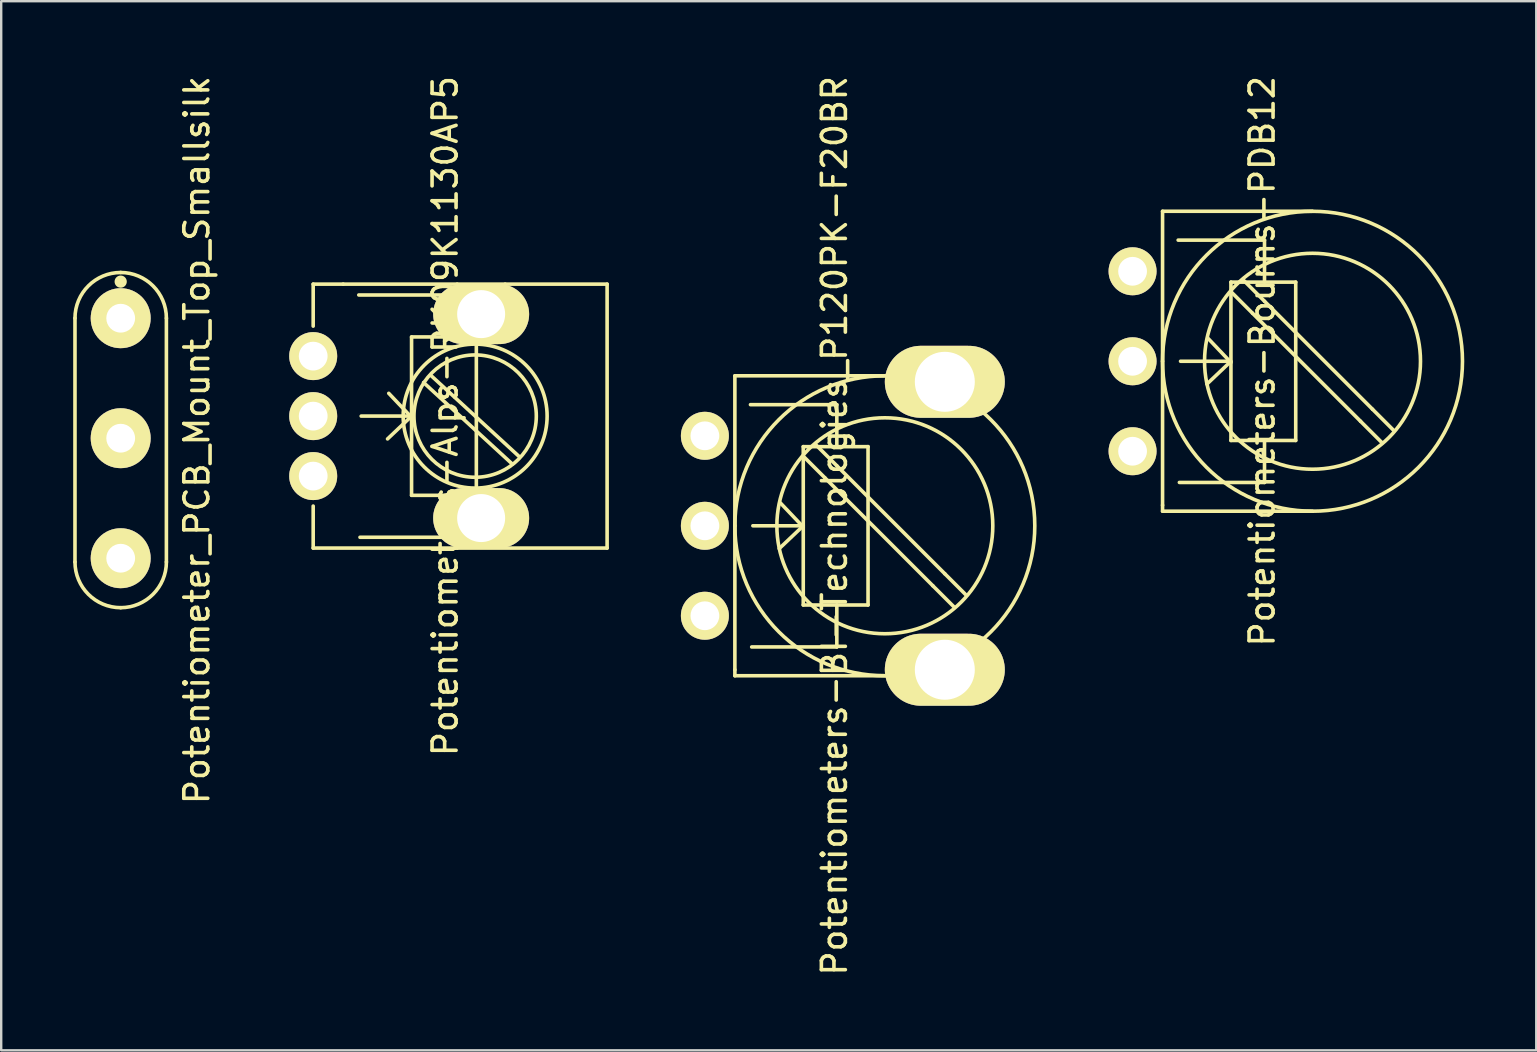
<source format=kicad_pcb>
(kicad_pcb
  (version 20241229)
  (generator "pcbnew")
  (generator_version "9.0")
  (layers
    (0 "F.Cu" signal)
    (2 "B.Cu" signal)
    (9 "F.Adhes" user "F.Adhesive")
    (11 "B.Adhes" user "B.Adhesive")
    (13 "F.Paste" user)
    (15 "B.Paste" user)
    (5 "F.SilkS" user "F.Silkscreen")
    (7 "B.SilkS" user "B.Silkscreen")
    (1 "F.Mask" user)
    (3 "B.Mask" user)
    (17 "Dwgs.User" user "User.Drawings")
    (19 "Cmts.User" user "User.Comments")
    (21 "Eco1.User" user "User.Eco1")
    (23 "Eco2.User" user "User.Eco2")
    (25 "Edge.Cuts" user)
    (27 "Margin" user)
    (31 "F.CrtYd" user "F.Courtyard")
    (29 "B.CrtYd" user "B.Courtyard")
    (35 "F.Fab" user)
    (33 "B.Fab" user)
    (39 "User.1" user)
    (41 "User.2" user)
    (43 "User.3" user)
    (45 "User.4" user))
  (footprint "Potentiometers-BI-Technologies_P120PK-F20BR"
    (layer "F.Cu")
    (at 26.328 16.363)
    (property "Reference" "Potentiometers-BI-Technologies_P120PK-F20BR" (at 5.4 2.5 90) (layer "F.SilkS") (effects (font (size 1 1) (thickness 0.15))))
    (attr through_hole)
    (fp_line (start 1.25 -3.75) (end 7.5 -3.75) (stroke (width 0.15) (type solid)) (layer "F.SilkS"))
    (fp_line (start 1.25 2.5) (end 1.25 -3.75) (stroke (width 0.15) (type solid)) (layer "F.SilkS"))
    (fp_line (start 1.25 2.5) (end 1.25 8.5) (stroke (width 0.15) (type solid)) (layer "F.SilkS"))
    (fp_line (start 1.25 8.5) (end 1.25 8.75) (stroke (width 0.15) (type solid)) (layer "F.SilkS"))
    (fp_line (start 2 2.5) (end 4 2.5) (stroke (width 0.15) (type solid)) (layer "F.SilkS"))
    (fp_line (start 4.1 -0.798) (end 6.8 -0.798) (stroke (width 0.15) (type solid)) (layer "F.SilkS"))
    (fp_line (start 4.1 2.501) (end 3.099 3.451) (stroke (width 0.15) (type solid)) (layer "F.SilkS"))
    (fp_line (start 4.1 2.552) (end 3.15 1.551) (stroke (width 0.15) (type solid)) (layer "F.SilkS"))
    (fp_line (start 4.1 5.801) (end 4.1 -0.798) (stroke (width 0.15) (type solid)) (layer "F.SilkS"))
    (fp_line (start 5 0.5) (end 4.1 -0.4) (stroke (width 0.15) (type solid)) (layer "F.SilkS"))
    (fp_line (start 5 0.5) (end 9.5 5) (stroke (width 0.15) (type solid)) (layer "F.SilkS"))
    (fp_line (start 5.499 -2.548) (end 1.9 -2.548) (stroke (width 0.15) (type solid)) (layer "F.SilkS"))
    (fp_line (start 5.499 -0.798) (end 5.499 -2.548) (stroke (width 0.15) (type solid)) (layer "F.SilkS"))
    (fp_line (start 5.499 5.801) (end 5.499 7.551) (stroke (width 0.15) (type solid)) (layer "F.SilkS"))
    (fp_line (start 5.499 7.551) (end 1.951 7.551) (stroke (width 0.15) (type solid)) (layer "F.SilkS"))
    (fp_line (start 5.5 0) (end 4.6 -0.9) (stroke (width 0.15) (type solid)) (layer "F.SilkS"))
    (fp_line (start 6.8 -0.798) (end 6.8 5.801) (stroke (width 0.15) (type solid)) (layer "F.SilkS"))
    (fp_line (start 6.8 5.801) (end 4.1 5.801) (stroke (width 0.15) (type solid)) (layer "F.SilkS"))
    (fp_line (start 7.5 8.75) (end 1.25 8.75) (stroke (width 0.15) (type solid)) (layer "F.SilkS"))
    (fp_line (start 9.5 5) (end 10.4 5.9) (stroke (width 0.15) (type solid)) (layer "F.SilkS"))
    (fp_line (start 10 4.5) (end 5.5 0) (stroke (width 0.15) (type solid)) (layer "F.SilkS"))
    (fp_line (start 10 4.5) (end 10.9 5.4) (stroke (width 0.15) (type solid)) (layer "F.SilkS"))
    (fp_circle (center 7.5 2.5) (end 7.5 -3.75) (stroke (width 0.15) (type solid)) (fill no) (layer "F.SilkS"))
    (fp_circle (center 7.5 2.5) (end 7.5 -2) (stroke (width 0.15) (type solid)) (fill no) (layer "F.SilkS"))
    (pad "1" thru_hole circle (at 0 -1.25) (size 2 2) (drill 1.199) (layers "*.Cu" "*.Mask" "F.SilkS"))
    (pad "2" thru_hole circle (at 0 2.501) (size 2 2) (drill 1.2) (layers "*.Cu" "*.Mask" "F.SilkS"))
    (pad "3" thru_hole circle (at 0 6.25) (size 2 2) (drill 1.199) (layers "*.Cu" "*.Mask" "F.SilkS"))
    (pad "4" thru_hole oval (at 10 -3.5) (size 5 3) (drill 2.5) (layers "*.Cu" "*.Mask" "F.SilkS"))
    (pad "5" thru_hole oval (at 10 8.5) (size 5 3) (drill 2.5) (layers "*.Cu" "*.Mask" "F.SilkS")))
  (footprint "Potentiometers-Alps-RK09K1130AP5"
    (layer "F.Cu")
    (at 10.003 11.792)
    (property "Reference" "Potentiometers-Alps-RK09K1130AP5" (at 5.5 2.5 90) (layer "F.SilkS") (effects (font (size 1 1) (thickness 0.15))))
    (attr through_hole)
    (fp_line (start 0 -3) (end 1.25 -3) (stroke (width 0.15) (type solid)) (layer "F.SilkS"))
    (fp_line (start 0 -1.25) (end 0 -3) (stroke (width 0.15) (type solid)) (layer "F.SilkS"))
    (fp_line (start 0 6.25) (end 0 8) (stroke (width 0.15) (type solid)) (layer "F.SilkS"))
    (fp_line (start 0 8) (end 6 8) (stroke (width 0.15) (type solid)) (layer "F.SilkS"))
    (fp_line (start 1.25 -3) (end 6 -3) (stroke (width 0.15) (type solid)) (layer "F.SilkS"))
    (fp_line (start 2 2.5) (end 4 2.5) (stroke (width 0.15) (type solid)) (layer "F.SilkS"))
    (fp_line (start 4.1 -0.798) (end 6.8 -0.798) (stroke (width 0.15) (type solid)) (layer "F.SilkS"))
    (fp_line (start 4.1 2.501) (end 3.099 3.451) (stroke (width 0.15) (type solid)) (layer "F.SilkS"))
    (fp_line (start 4.1 2.552) (end 3.15 1.551) (stroke (width 0.15) (type solid)) (layer "F.SilkS"))
    (fp_line (start 4.1 5.801) (end 4.1 -0.798) (stroke (width 0.15) (type solid)) (layer "F.SilkS"))
    (fp_line (start 4.6 1.1) (end 8.3 4.5) (stroke (width 0.15) (type solid)) (layer "F.SilkS"))
    (fp_line (start 5.499 -2.548) (end 1.9 -2.548) (stroke (width 0.15) (type solid)) (layer "F.SilkS"))
    (fp_line (start 5.499 -0.798) (end 5.499 -2.548) (stroke (width 0.15) (type solid)) (layer "F.SilkS"))
    (fp_line (start 5.499 5.801) (end 5.499 7.551) (stroke (width 0.15) (type solid)) (layer "F.SilkS"))
    (fp_line (start 5.499 7.551) (end 1.951 7.551) (stroke (width 0.15) (type solid)) (layer "F.SilkS"))
    (fp_line (start 6.8 -0.798) (end 6.8 5.801) (stroke (width 0.15) (type solid)) (layer "F.SilkS"))
    (fp_line (start 6.8 5.801) (end 4.1 5.801) (stroke (width 0.15) (type solid)) (layer "F.SilkS"))
    (fp_line (start 8 -3) (end 6 -3) (stroke (width 0.15) (type solid)) (layer "F.SilkS"))
    (fp_line (start 8 -3) (end 12.25 -3) (stroke (width 0.15) (type solid)) (layer "F.SilkS"))
    (fp_line (start 8.6 4.2) (end 4.9 0.8) (stroke (width 0.15) (type solid)) (layer "F.SilkS"))
    (fp_line (start 12.25 -3) (end 12.25 8) (stroke (width 0.15) (type solid)) (layer "F.SilkS"))
    (fp_line (start 12.25 8) (end 6 8) (stroke (width 0.15) (type solid)) (layer "F.SilkS"))
    (fp_circle (center 6.75 2.5) (end 6.75 -0.5) (stroke (width 0.15) (type solid)) (fill no) (layer "F.SilkS"))
    (fp_circle (center 6.75 2.5) (end 7.25 0) (stroke (width 0.15) (type solid)) (fill no) (layer "F.SilkS"))
    (pad "1" thru_hole circle (at 0 0) (size 2 2) (drill 1.199) (layers "*.Cu" "*.Mask" "F.SilkS"))
    (pad "2" thru_hole circle (at 0 2.501) (size 2 2) (drill 1.2) (layers "*.Cu" "*.Mask" "F.SilkS"))
    (pad "3" thru_hole circle (at 0 5) (size 2 2) (drill 1.199) (layers "*.Cu" "*.Mask" "F.SilkS"))
    (pad "4" thru_hole oval (at 7 -1.75) (size 4 2.5) (drill 2) (layers "*.Cu" "*.Mask" "F.SilkS"))
    (pad "5" thru_hole oval (at 7 6.75) (size 4 2.5) (drill 2) (layers "*.Cu" "*.Mask" "F.SilkS")))
  (footprint "Potentiometers-Bourns-PDB12"
    (layer "F.Cu")
    (at 44.153 9.506)
    (property "Reference" "Potentiometers-Bourns-PDB12" (at 5.4 2.5 90) (layer "F.SilkS") (effects (font (size 1 1) (thickness 0.15))))
    (attr through_hole)
    (fp_line (start 1.25 -3.75) (end 7.5 -3.75) (stroke (width 0.15) (type solid)) (layer "F.SilkS"))
    (fp_line (start 1.25 2.5) (end 1.25 -3.75) (stroke (width 0.15) (type solid)) (layer "F.SilkS"))
    (fp_line (start 1.25 2.5) (end 1.25 8.5) (stroke (width 0.15) (type solid)) (layer "F.SilkS"))
    (fp_line (start 1.25 8.5) (end 1.25 8.75) (stroke (width 0.15) (type solid)) (layer "F.SilkS"))
    (fp_line (start 2 2.5) (end 4 2.5) (stroke (width 0.15) (type solid)) (layer "F.SilkS"))
    (fp_line (start 4.1 -0.798) (end 6.8 -0.798) (stroke (width 0.15) (type solid)) (layer "F.SilkS"))
    (fp_line (start 4.1 2.501) (end 3.099 3.451) (stroke (width 0.15) (type solid)) (layer "F.SilkS"))
    (fp_line (start 4.1 2.552) (end 3.15 1.551) (stroke (width 0.15) (type solid)) (layer "F.SilkS"))
    (fp_line (start 4.1 5.801) (end 4.1 -0.798) (stroke (width 0.15) (type solid)) (layer "F.SilkS"))
    (fp_line (start 5 0.5) (end 4.1 -0.4) (stroke (width 0.15) (type solid)) (layer "F.SilkS"))
    (fp_line (start 5 0.5) (end 9.5 5) (stroke (width 0.15) (type solid)) (layer "F.SilkS"))
    (fp_line (start 5.499 -2.548) (end 1.9 -2.548) (stroke (width 0.15) (type solid)) (layer "F.SilkS"))
    (fp_line (start 5.499 -0.798) (end 5.499 -2.548) (stroke (width 0.15) (type solid)) (layer "F.SilkS"))
    (fp_line (start 5.499 5.801) (end 5.499 7.551) (stroke (width 0.15) (type solid)) (layer "F.SilkS"))
    (fp_line (start 5.499 7.551) (end 1.951 7.551) (stroke (width 0.15) (type solid)) (layer "F.SilkS"))
    (fp_line (start 5.5 0) (end 4.6 -0.9) (stroke (width 0.15) (type solid)) (layer "F.SilkS"))
    (fp_line (start 6.8 -0.798) (end 6.8 5.801) (stroke (width 0.15) (type solid)) (layer "F.SilkS"))
    (fp_line (start 6.8 5.801) (end 4.1 5.801) (stroke (width 0.15) (type solid)) (layer "F.SilkS"))
    (fp_line (start 7.5 8.75) (end 1.25 8.75) (stroke (width 0.15) (type solid)) (layer "F.SilkS"))
    (fp_line (start 9.5 5) (end 10.4 5.9) (stroke (width 0.15) (type solid)) (layer "F.SilkS"))
    (fp_line (start 10 4.5) (end 5.5 0) (stroke (width 0.15) (type solid)) (layer "F.SilkS"))
    (fp_line (start 10 4.5) (end 10.9 5.4) (stroke (width 0.15) (type solid)) (layer "F.SilkS"))
    (fp_circle (center 7.5 2.5) (end 7.5 -3.75) (stroke (width 0.15) (type solid)) (fill no) (layer "F.SilkS"))
    (fp_circle (center 7.5 2.5) (end 7.5 -2) (stroke (width 0.15) (type solid)) (fill no) (layer "F.SilkS"))
    (pad "1" thru_hole circle (at 0 -1.25) (size 2 2) (drill 1.199) (layers "*.Cu" "*.Mask" "F.SilkS"))
    (pad "2" thru_hole circle (at 0 2.501) (size 2 2) (drill 1.2) (layers "*.Cu" "*.Mask" "F.SilkS"))
    (pad "3" thru_hole circle (at 0 6.25) (size 2 2) (drill 1.199) (layers "*.Cu" "*.Mask" "F.SilkS")))
  (footprint "Potentiometer_PCB_Mount_Top_Smallsilk"
    (layer "F.Cu")
    (at 1.98 15.292)
    (property "Reference" "Potentiometer_PCB_Mount_Top_Smallsilk" (at 3.175 0 90) (layer "F.SilkS") (effects (font (size 1 1) (thickness 0.15))))
    (attr through_hole)
    (fp_line (start -1.905 5.08) (end -1.905 -5.08) (stroke (width 0.15) (type solid)) (layer "F.SilkS"))
    (fp_line (start -0.127 -6.604) (end 0.127 -6.604) (stroke (width 0.15) (type solid)) (layer "F.SilkS"))
    (fp_line (start 1.905 5.08) (end 1.905 -5.08) (stroke (width 0.15) (type solid)) (layer "F.SilkS"))
    (fp_arc (start -1.905 -5.08) (mid -1.347038 -6.427038) (end 0 -6.985) (stroke (width 0.15) (type solid)) (layer "F.SilkS"))
    (fp_arc (start 0 -6.985) (mid 1.347038 -6.427038) (end 1.905 -5.08) (stroke (width 0.15) (type solid)) (layer "F.SilkS"))
    (fp_arc (start 0 6.985) (mid -1.347038 6.427038) (end -1.905 5.08) (stroke (width 0.15) (type solid)) (layer "F.SilkS"))
    (fp_arc (start 1.905 5.08) (mid 1.347038 6.427038) (end 0 6.985) (stroke (width 0.15) (type solid)) (layer "F.SilkS"))
    (fp_circle (center 0 -6.604) (end 0.127 -6.604) (stroke (width 0.15) (type solid)) (fill no) (layer "F.SilkS"))
    (fp_circle (center 0 -6.604) (end 0.127 -6.477) (stroke (width 0.15) (type solid)) (fill no) (layer "F.SilkS"))
    (pad "1" thru_hole circle (at 0 -5.08) (size 2.499 2.499) (drill 1.199) (layers "*.Cu" "*.Mask" "F.SilkS"))
    (pad "2" thru_hole circle (at 0 -0.079) (size 2.499 2.499) (drill 1.199) (layers "*.Cu" "*.Mask" "F.SilkS"))
    (pad "3" thru_hole circle (at 0 4.923) (size 2.499 2.499) (drill 1.199) (layers "*.Cu" "*.Mask" "F.SilkS")))
  (gr_rect
    (start -3 -3)
    (end 60.978 40.726)
    (stroke (width 0.1) (type default))
    (fill no)
    (layer "Edge.Cuts")))
</source>
